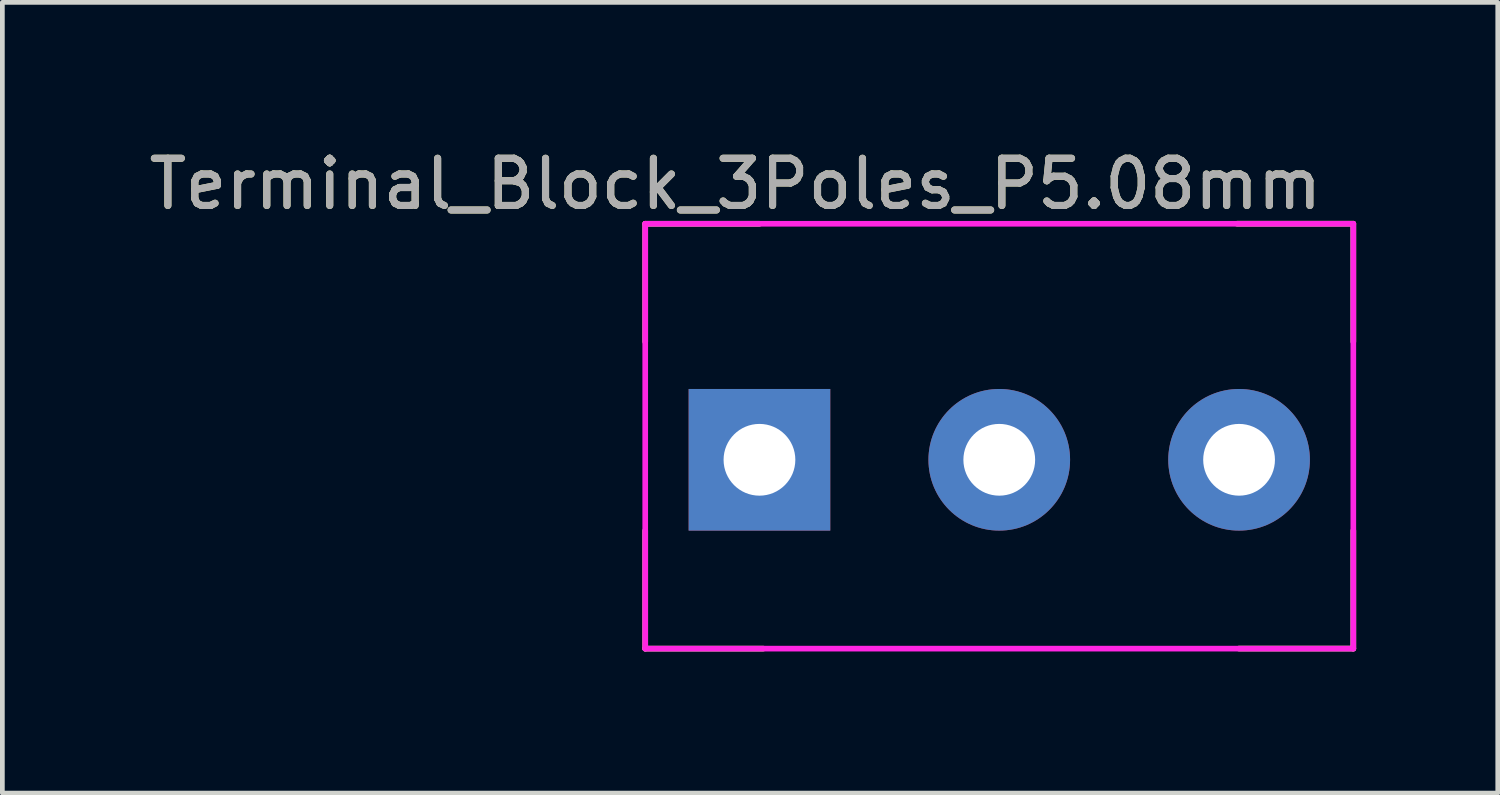
<source format=kicad_pcb>
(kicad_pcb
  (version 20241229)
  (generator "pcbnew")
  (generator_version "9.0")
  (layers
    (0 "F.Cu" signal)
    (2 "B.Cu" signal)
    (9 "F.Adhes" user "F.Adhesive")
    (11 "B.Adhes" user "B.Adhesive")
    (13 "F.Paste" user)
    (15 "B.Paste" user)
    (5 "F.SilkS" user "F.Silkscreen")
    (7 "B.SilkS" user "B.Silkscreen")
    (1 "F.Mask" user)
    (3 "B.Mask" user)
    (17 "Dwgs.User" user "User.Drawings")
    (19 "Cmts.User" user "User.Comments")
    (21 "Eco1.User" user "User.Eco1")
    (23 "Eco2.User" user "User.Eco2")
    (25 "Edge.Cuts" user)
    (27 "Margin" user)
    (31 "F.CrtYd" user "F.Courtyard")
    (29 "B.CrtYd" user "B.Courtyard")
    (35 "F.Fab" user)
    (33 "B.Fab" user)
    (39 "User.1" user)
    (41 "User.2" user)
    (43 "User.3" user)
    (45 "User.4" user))
  (footprint "Terminal_Block_3Poles_P5.08mm"
    (layer "F.Cu")
    (at 18.118 6.69)
    (property "Reference" "Terminal_Block_3Poles_P5.08mm" (at -5.588 -5.842 0) (layer "F.SilkS") (effects (font (size 1 1) (thickness 0.15))))
    (attr through_hole)
    (fp_line (start -7.5 -5) (end -7.5 -2.5) (stroke (width 0.12) (type solid)) (layer "F.SilkS"))
    (fp_line (start -7.5 -5) (end -5.08 -5) (stroke (width 0.12) (type solid)) (layer "F.SilkS"))
    (fp_line (start -7.5 4) (end -7.5 1.5) (stroke (width 0.12) (type solid)) (layer "F.SilkS"))
    (fp_line (start -7.5 4) (end -5 4) (stroke (width 0.12) (type solid)) (layer "F.SilkS"))
    (fp_line (start 7.499 -5.001) (end 5.039 -5.001) (stroke (width 0.12) (type solid)) (layer "F.SilkS"))
    (fp_line (start 7.5 -5) (end 7.5 -2.5) (stroke (width 0.12) (type solid)) (layer "F.SilkS"))
    (fp_line (start 7.5 3.999) (end 5.077 3.999) (stroke (width 0.12) (type solid)) (layer "F.SilkS"))
    (fp_line (start 7.5 4) (end 7.5 1.5) (stroke (width 0.12) (type solid)) (layer "F.SilkS"))
    (fp_line (start -7.5 -5) (end -7.5 4) (stroke (width 0.12) (type solid)) (layer "F.CrtYd"))
    (fp_line (start -7.5 -5) (end 7.5 -5) (stroke (width 0.12) (type solid)) (layer "F.CrtYd"))
    (fp_line (start -7.5 4) (end 7.5 4) (stroke (width 0.12) (type solid)) (layer "F.CrtYd"))
    (fp_line (start 7.5 -5) (end 7.5 4) (stroke (width 0.12) (type solid)) (layer "F.CrtYd"))
    (fp_text user "${REFERENCE}" (at -5.588 -5.842 0) (layer "F.Fab") (effects (font (size 1 1) (thickness 0.15))))
    (pad "1" thru_hole rect (at -5.08 0) (size 3 3) (drill 1.52) (layers "*.Cu" "*.Mask"))
    (pad "2" thru_hole circle (at 0 0) (size 3 3) (drill 1.52) (layers "*.Cu" "*.Mask"))
    (pad "3" thru_hole circle (at 5.08 0) (size 3 3) (drill 1.52) (layers "*.Cu" "*.Mask")))
  (gr_rect
    (start -3 -3)
    (end 28.678 13.75)
    (stroke (width 0.1) (type default))
    (fill no)
    (layer "Edge.Cuts")))
</source>
